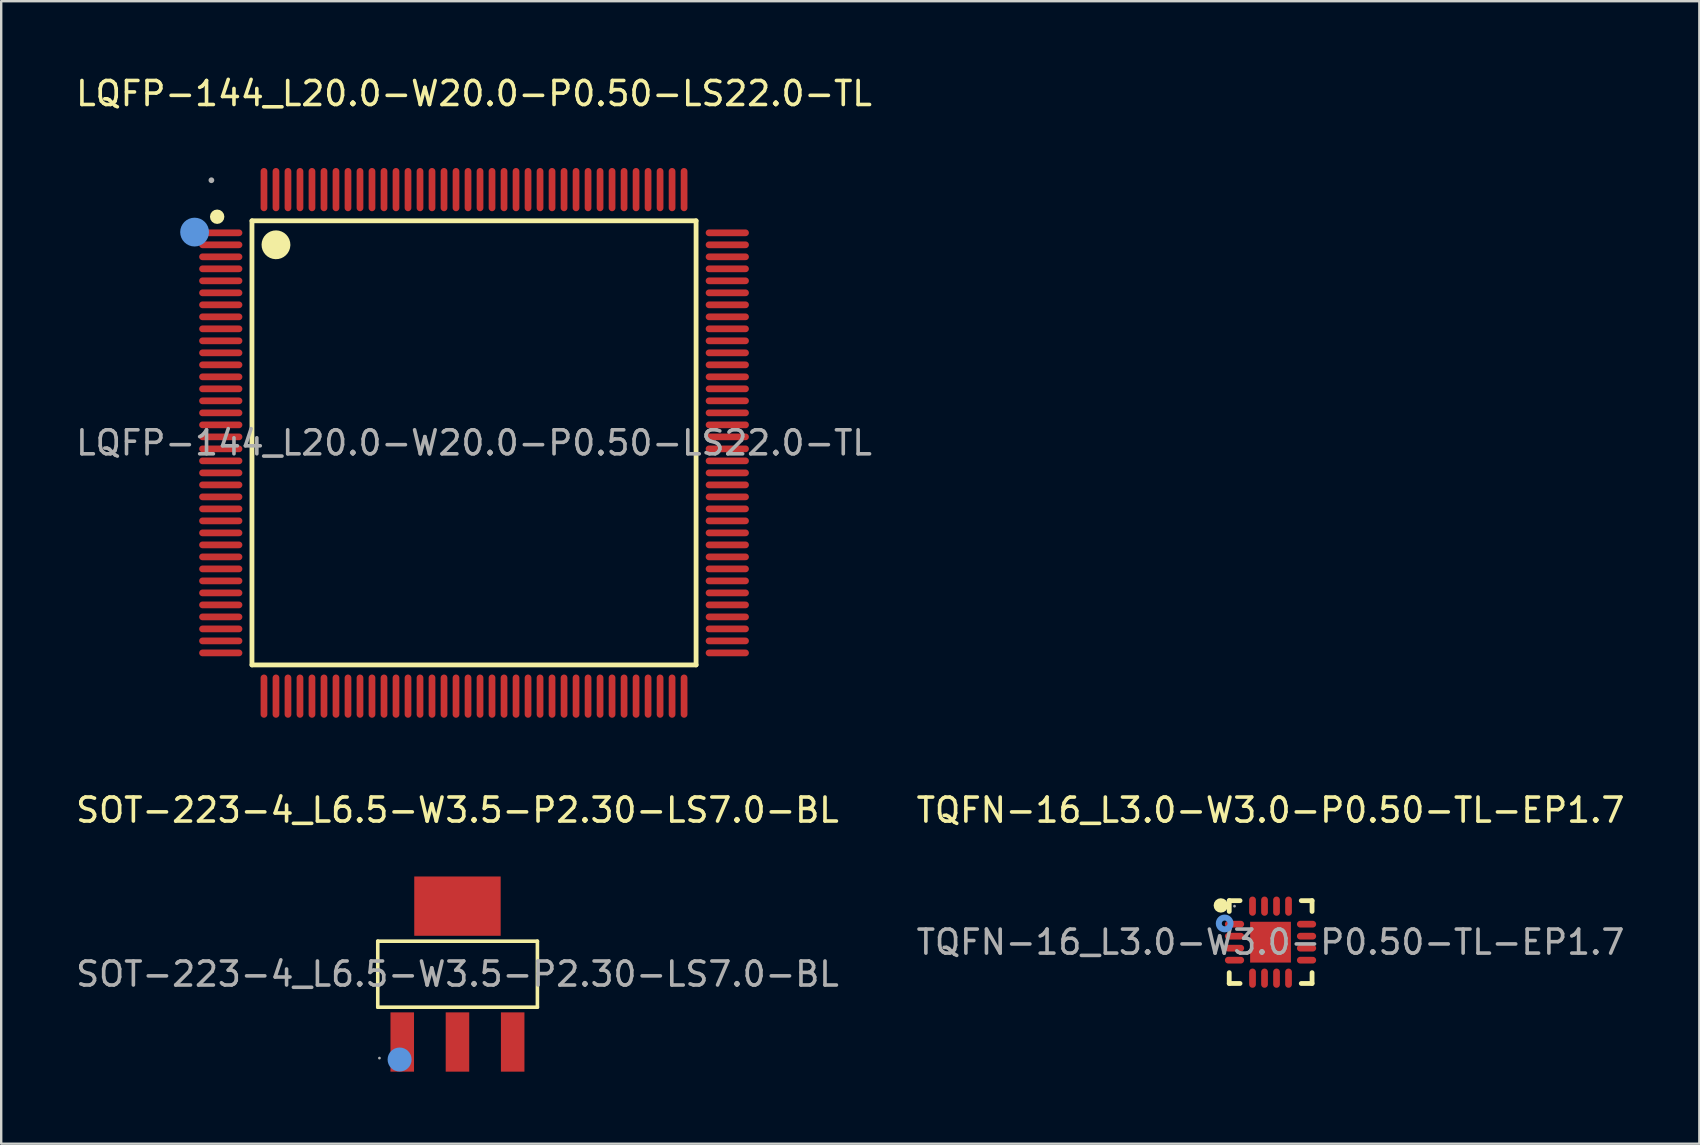
<source format=kicad_pcb>
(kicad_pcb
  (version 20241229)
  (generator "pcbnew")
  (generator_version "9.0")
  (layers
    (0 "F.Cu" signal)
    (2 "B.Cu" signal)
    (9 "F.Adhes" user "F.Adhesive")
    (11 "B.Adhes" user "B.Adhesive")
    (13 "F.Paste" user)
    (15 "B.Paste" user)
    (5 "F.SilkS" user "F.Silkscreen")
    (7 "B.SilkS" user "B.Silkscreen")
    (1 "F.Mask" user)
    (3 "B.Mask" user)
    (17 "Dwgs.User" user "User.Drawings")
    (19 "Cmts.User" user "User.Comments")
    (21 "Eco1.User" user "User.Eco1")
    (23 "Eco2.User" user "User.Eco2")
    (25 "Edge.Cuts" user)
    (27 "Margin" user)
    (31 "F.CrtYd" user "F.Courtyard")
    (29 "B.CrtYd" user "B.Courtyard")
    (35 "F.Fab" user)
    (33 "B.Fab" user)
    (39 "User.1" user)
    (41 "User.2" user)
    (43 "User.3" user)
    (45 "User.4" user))
  (footprint "LQFP-144_L20.0-W20.0-P0.50-LS22.0-TL"
    (layer "F.Cu")
    (at 16.696 15.398)
    (property "Reference" "LQFP-144_L20.0-W20.0-P0.50-LS22.0-TL" (at 0 -14.55 0) (layer "F.SilkS") (effects (font (size 1 1) (thickness 0.15))))
    (attr smd)
    (fp_line (start -9.25 -9.25) (end 9.25 -9.25) (stroke (width 0.2) (type solid)) (layer "F.SilkS"))
    (fp_line (start -9.25 9.25) (end -9.25 -9.25) (stroke (width 0.2) (type solid)) (layer "F.SilkS"))
    (fp_line (start 9.25 -9.25) (end 9.25 9.25) (stroke (width 0.2) (type solid)) (layer "F.SilkS"))
    (fp_line (start 9.25 9.25) (end -9.25 9.25) (stroke (width 0.2) (type solid)) (layer "F.SilkS"))
    (fp_arc (start -10.7 -9.42) (mid -10.7 -9.42) (end -10.7 -9.42) (stroke (width 0.3) (type solid)) (layer "F.SilkS"))
    (fp_arc (start -7.95 -8.24) (mid -8.550125 -8.254999) (end -7.949833 -8.250004) (stroke (width 0.6) (type solid)) (layer "F.SilkS"))
    (fp_circle (center -11.64 -8.78) (end -11.34 -8.78) (stroke (width 0.6) (type solid)) (fill no) (layer "Cmts.User"))
    (fp_circle (center -10.94 -10.94) (end -10.88 -10.94) (stroke (width 0.12) (type solid)) (fill no) (layer "F.Fab"))
    (fp_text user "${REFERENCE}" (at 0 0 0) (layer "F.Fab") (effects (font (size 1 1) (thickness 0.15))))
    (pad "1" smd oval (at -10.55 -8.75 90) (size 0.28 1.8) (layers "F.Cu" "F.Mask" "F.Paste"))
    (pad "2" smd oval (at -10.55 -8.25 90) (size 0.28 1.8) (layers "F.Cu" "F.Mask" "F.Paste"))
    (pad "3" smd oval (at -10.55 -7.75 90) (size 0.28 1.8) (layers "F.Cu" "F.Mask" "F.Paste"))
    (pad "4" smd oval (at -10.55 -7.25 90) (size 0.28 1.8) (layers "F.Cu" "F.Mask" "F.Paste"))
    (pad "5" smd oval (at -10.55 -6.75 90) (size 0.28 1.8) (layers "F.Cu" "F.Mask" "F.Paste"))
    (pad "6" smd oval (at -10.55 -6.25 90) (size 0.28 1.8) (layers "F.Cu" "F.Mask" "F.Paste"))
    (pad "7" smd oval (at -10.55 -5.75 90) (size 0.28 1.8) (layers "F.Cu" "F.Mask" "F.Paste"))
    (pad "8" smd oval (at -10.55 -5.25 90) (size 0.28 1.8) (layers "F.Cu" "F.Mask" "F.Paste"))
    (pad "9" smd oval (at -10.55 -4.75 90) (size 0.28 1.8) (layers "F.Cu" "F.Mask" "F.Paste"))
    (pad "10" smd oval (at -10.55 -4.25 90) (size 0.28 1.8) (layers "F.Cu" "F.Mask" "F.Paste"))
    (pad "11" smd oval (at -10.55 -3.75 90) (size 0.28 1.8) (layers "F.Cu" "F.Mask" "F.Paste"))
    (pad "12" smd oval (at -10.55 -3.25 90) (size 0.28 1.8) (layers "F.Cu" "F.Mask" "F.Paste"))
    (pad "13" smd oval (at -10.55 -2.75 90) (size 0.28 1.8) (layers "F.Cu" "F.Mask" "F.Paste"))
    (pad "14" smd oval (at -10.55 -2.25 90) (size 0.28 1.8) (layers "F.Cu" "F.Mask" "F.Paste"))
    (pad "15" smd oval (at -10.55 -1.75 90) (size 0.28 1.8) (layers "F.Cu" "F.Mask" "F.Paste"))
    (pad "16" smd oval (at -10.55 -1.25 90) (size 0.28 1.8) (layers "F.Cu" "F.Mask" "F.Paste"))
    (pad "17" smd oval (at -10.55 -0.75 90) (size 0.28 1.8) (layers "F.Cu" "F.Mask" "F.Paste"))
    (pad "18" smd oval (at -10.55 -0.25 90) (size 0.28 1.8) (layers "F.Cu" "F.Mask" "F.Paste"))
    (pad "19" smd oval (at -10.55 0.25 90) (size 0.28 1.8) (layers "F.Cu" "F.Mask" "F.Paste"))
    (pad "20" smd oval (at -10.55 0.75 90) (size 0.28 1.8) (layers "F.Cu" "F.Mask" "F.Paste"))
    (pad "21" smd oval (at -10.55 1.25 90) (size 0.28 1.8) (layers "F.Cu" "F.Mask" "F.Paste"))
    (pad "22" smd oval (at -10.55 1.75 90) (size 0.28 1.8) (layers "F.Cu" "F.Mask" "F.Paste"))
    (pad "23" smd oval (at -10.55 2.25 90) (size 0.28 1.8) (layers "F.Cu" "F.Mask" "F.Paste"))
    (pad "24" smd oval (at -10.55 2.75 90) (size 0.28 1.8) (layers "F.Cu" "F.Mask" "F.Paste"))
    (pad "25" smd oval (at -10.55 3.25 90) (size 0.28 1.8) (layers "F.Cu" "F.Mask" "F.Paste"))
    (pad "26" smd oval (at -10.55 3.75 90) (size 0.28 1.8) (layers "F.Cu" "F.Mask" "F.Paste"))
    (pad "27" smd oval (at -10.55 4.25 90) (size 0.28 1.8) (layers "F.Cu" "F.Mask" "F.Paste"))
    (pad "28" smd oval (at -10.55 4.75 90) (size 0.28 1.8) (layers "F.Cu" "F.Mask" "F.Paste"))
    (pad "29" smd oval (at -10.55 5.25 90) (size 0.28 1.8) (layers "F.Cu" "F.Mask" "F.Paste"))
    (pad "30" smd oval (at -10.55 5.75 90) (size 0.28 1.8) (layers "F.Cu" "F.Mask" "F.Paste"))
    (pad "31" smd oval (at -10.55 6.25 90) (size 0.28 1.8) (layers "F.Cu" "F.Mask" "F.Paste"))
    (pad "32" smd oval (at -10.55 6.75 90) (size 0.28 1.8) (layers "F.Cu" "F.Mask" "F.Paste"))
    (pad "33" smd oval (at -10.55 7.25 90) (size 0.28 1.8) (layers "F.Cu" "F.Mask" "F.Paste"))
    (pad "34" smd oval (at -10.55 7.75 90) (size 0.28 1.8) (layers "F.Cu" "F.Mask" "F.Paste"))
    (pad "35" smd oval (at -10.55 8.25 90) (size 0.28 1.8) (layers "F.Cu" "F.Mask" "F.Paste"))
    (pad "36" smd oval (at -10.55 8.75 90) (size 0.28 1.8) (layers "F.Cu" "F.Mask" "F.Paste"))
    (pad "37" smd oval (at -8.75 10.55) (size 0.28 1.8) (layers "F.Cu" "F.Mask" "F.Paste"))
    (pad "38" smd oval (at -8.25 10.55) (size 0.28 1.8) (layers "F.Cu" "F.Mask" "F.Paste"))
    (pad "39" smd oval (at -7.75 10.55) (size 0.28 1.8) (layers "F.Cu" "F.Mask" "F.Paste"))
    (pad "40" smd oval (at -7.25 10.55) (size 0.28 1.8) (layers "F.Cu" "F.Mask" "F.Paste"))
    (pad "41" smd oval (at -6.75 10.55) (size 0.28 1.8) (layers "F.Cu" "F.Mask" "F.Paste"))
    (pad "42" smd oval (at -6.25 10.55) (size 0.28 1.8) (layers "F.Cu" "F.Mask" "F.Paste"))
    (pad "43" smd oval (at -5.75 10.55) (size 0.28 1.8) (layers "F.Cu" "F.Mask" "F.Paste"))
    (pad "44" smd oval (at -5.25 10.55) (size 0.28 1.8) (layers "F.Cu" "F.Mask" "F.Paste"))
    (pad "45" smd oval (at -4.75 10.55) (size 0.28 1.8) (layers "F.Cu" "F.Mask" "F.Paste"))
    (pad "46" smd oval (at -4.25 10.55) (size 0.28 1.8) (layers "F.Cu" "F.Mask" "F.Paste"))
    (pad "47" smd oval (at -3.75 10.55) (size 0.28 1.8) (layers "F.Cu" "F.Mask" "F.Paste"))
    (pad "48" smd oval (at -3.25 10.55) (size 0.28 1.8) (layers "F.Cu" "F.Mask" "F.Paste"))
    (pad "49" smd oval (at -2.75 10.55) (size 0.28 1.8) (layers "F.Cu" "F.Mask" "F.Paste"))
    (pad "50" smd oval (at -2.25 10.55) (size 0.28 1.8) (layers "F.Cu" "F.Mask" "F.Paste"))
    (pad "51" smd oval (at -1.75 10.55) (size 0.28 1.8) (layers "F.Cu" "F.Mask" "F.Paste"))
    (pad "52" smd oval (at -1.25 10.55) (size 0.28 1.8) (layers "F.Cu" "F.Mask" "F.Paste"))
    (pad "53" smd oval (at -0.75 10.55) (size 0.28 1.8) (layers "F.Cu" "F.Mask" "F.Paste"))
    (pad "54" smd oval (at -0.25 10.55) (size 0.28 1.8) (layers "F.Cu" "F.Mask" "F.Paste"))
    (pad "55" smd oval (at 0.25 10.55) (size 0.28 1.8) (layers "F.Cu" "F.Mask" "F.Paste"))
    (pad "56" smd oval (at 0.75 10.55) (size 0.28 1.8) (layers "F.Cu" "F.Mask" "F.Paste"))
    (pad "57" smd oval (at 1.25 10.55) (size 0.28 1.8) (layers "F.Cu" "F.Mask" "F.Paste"))
    (pad "58" smd oval (at 1.75 10.55) (size 0.28 1.8) (layers "F.Cu" "F.Mask" "F.Paste"))
    (pad "59" smd oval (at 2.25 10.55) (size 0.28 1.8) (layers "F.Cu" "F.Mask" "F.Paste"))
    (pad "60" smd oval (at 2.75 10.55) (size 0.28 1.8) (layers "F.Cu" "F.Mask" "F.Paste"))
    (pad "61" smd oval (at 3.25 10.55) (size 0.28 1.8) (layers "F.Cu" "F.Mask" "F.Paste"))
    (pad "62" smd oval (at 3.75 10.55) (size 0.28 1.8) (layers "F.Cu" "F.Mask" "F.Paste"))
    (pad "63" smd oval (at 4.25 10.55) (size 0.28 1.8) (layers "F.Cu" "F.Mask" "F.Paste"))
    (pad "64" smd oval (at 4.75 10.55) (size 0.28 1.8) (layers "F.Cu" "F.Mask" "F.Paste"))
    (pad "65" smd oval (at 5.25 10.55) (size 0.28 1.8) (layers "F.Cu" "F.Mask" "F.Paste"))
    (pad "66" smd oval (at 5.75 10.55) (size 0.28 1.8) (layers "F.Cu" "F.Mask" "F.Paste"))
    (pad "67" smd oval (at 6.25 10.55) (size 0.28 1.8) (layers "F.Cu" "F.Mask" "F.Paste"))
    (pad "68" smd oval (at 6.75 10.55) (size 0.28 1.8) (layers "F.Cu" "F.Mask" "F.Paste"))
    (pad "69" smd oval (at 7.25 10.55) (size 0.28 1.8) (layers "F.Cu" "F.Mask" "F.Paste"))
    (pad "70" smd oval (at 7.75 10.55) (size 0.28 1.8) (layers "F.Cu" "F.Mask" "F.Paste"))
    (pad "71" smd oval (at 8.25 10.55) (size 0.28 1.8) (layers "F.Cu" "F.Mask" "F.Paste"))
    (pad "72" smd oval (at 8.75 10.55) (size 0.28 1.8) (layers "F.Cu" "F.Mask" "F.Paste"))
    (pad "73" smd oval (at 10.55 8.75 90) (size 0.28 1.8) (layers "F.Cu" "F.Mask" "F.Paste"))
    (pad "74" smd oval (at 10.55 8.25 90) (size 0.28 1.8) (layers "F.Cu" "F.Mask" "F.Paste"))
    (pad "75" smd oval (at 10.55 7.75 90) (size 0.28 1.8) (layers "F.Cu" "F.Mask" "F.Paste"))
    (pad "76" smd oval (at 10.55 7.25 90) (size 0.28 1.8) (layers "F.Cu" "F.Mask" "F.Paste"))
    (pad "77" smd oval (at 10.55 6.75 90) (size 0.28 1.8) (layers "F.Cu" "F.Mask" "F.Paste"))
    (pad "78" smd oval (at 10.55 6.25 90) (size 0.28 1.8) (layers "F.Cu" "F.Mask" "F.Paste"))
    (pad "79" smd oval (at 10.55 5.75 90) (size 0.28 1.8) (layers "F.Cu" "F.Mask" "F.Paste"))
    (pad "80" smd oval (at 10.55 5.25 90) (size 0.28 1.8) (layers "F.Cu" "F.Mask" "F.Paste"))
    (pad "81" smd oval (at 10.55 4.75 90) (size 0.28 1.8) (layers "F.Cu" "F.Mask" "F.Paste"))
    (pad "82" smd oval (at 10.55 4.25 90) (size 0.28 1.8) (layers "F.Cu" "F.Mask" "F.Paste"))
    (pad "83" smd oval (at 10.55 3.75 90) (size 0.28 1.8) (layers "F.Cu" "F.Mask" "F.Paste"))
    (pad "84" smd oval (at 10.55 3.25 90) (size 0.28 1.8) (layers "F.Cu" "F.Mask" "F.Paste"))
    (pad "85" smd oval (at 10.55 2.75 90) (size 0.28 1.8) (layers "F.Cu" "F.Mask" "F.Paste"))
    (pad "86" smd oval (at 10.55 2.25 90) (size 0.28 1.8) (layers "F.Cu" "F.Mask" "F.Paste"))
    (pad "87" smd oval (at 10.55 1.75 90) (size 0.28 1.8) (layers "F.Cu" "F.Mask" "F.Paste"))
    (pad "88" smd oval (at 10.55 1.25 90) (size 0.28 1.8) (layers "F.Cu" "F.Mask" "F.Paste"))
    (pad "89" smd oval (at 10.55 0.75 90) (size 0.28 1.8) (layers "F.Cu" "F.Mask" "F.Paste"))
    (pad "90" smd oval (at 10.55 0.25 90) (size 0.28 1.8) (layers "F.Cu" "F.Mask" "F.Paste"))
    (pad "91" smd oval (at 10.55 -0.25 90) (size 0.28 1.8) (layers "F.Cu" "F.Mask" "F.Paste"))
    (pad "92" smd oval (at 10.55 -0.75 90) (size 0.28 1.8) (layers "F.Cu" "F.Mask" "F.Paste"))
    (pad "93" smd oval (at 10.55 -1.25 90) (size 0.28 1.8) (layers "F.Cu" "F.Mask" "F.Paste"))
    (pad "94" smd oval (at 10.55 -1.75 90) (size 0.28 1.8) (layers "F.Cu" "F.Mask" "F.Paste"))
    (pad "95" smd oval (at 10.55 -2.25 90) (size 0.28 1.8) (layers "F.Cu" "F.Mask" "F.Paste"))
    (pad "96" smd oval (at 10.55 -2.75 90) (size 0.28 1.8) (layers "F.Cu" "F.Mask" "F.Paste"))
    (pad "97" smd oval (at 10.55 -3.25 90) (size 0.28 1.8) (layers "F.Cu" "F.Mask" "F.Paste"))
    (pad "98" smd oval (at 10.55 -3.75 90) (size 0.28 1.8) (layers "F.Cu" "F.Mask" "F.Paste"))
    (pad "99" smd oval (at 10.55 -4.25 90) (size 0.28 1.8) (layers "F.Cu" "F.Mask" "F.Paste"))
    (pad "100" smd oval (at 10.55 -4.75 90) (size 0.28 1.8) (layers "F.Cu" "F.Mask" "F.Paste"))
    (pad "101" smd oval (at 10.55 -5.25 90) (size 0.28 1.8) (layers "F.Cu" "F.Mask" "F.Paste"))
    (pad "102" smd oval (at 10.55 -5.75 90) (size 0.28 1.8) (layers "F.Cu" "F.Mask" "F.Paste"))
    (pad "103" smd oval (at 10.55 -6.25 90) (size 0.28 1.8) (layers "F.Cu" "F.Mask" "F.Paste"))
    (pad "104" smd oval (at 10.55 -6.75 90) (size 0.28 1.8) (layers "F.Cu" "F.Mask" "F.Paste"))
    (pad "105" smd oval (at 10.55 -7.25 90) (size 0.28 1.8) (layers "F.Cu" "F.Mask" "F.Paste"))
    (pad "106" smd oval (at 10.55 -7.75 90) (size 0.28 1.8) (layers "F.Cu" "F.Mask" "F.Paste"))
    (pad "107" smd oval (at 10.55 -8.25 90) (size 0.28 1.8) (layers "F.Cu" "F.Mask" "F.Paste"))
    (pad "108" smd oval (at 10.55 -8.75 90) (size 0.28 1.8) (layers "F.Cu" "F.Mask" "F.Paste"))
    (pad "109" smd oval (at 8.75 -10.55) (size 0.28 1.8) (layers "F.Cu" "F.Mask" "F.Paste"))
    (pad "110" smd oval (at 8.25 -10.55) (size 0.28 1.8) (layers "F.Cu" "F.Mask" "F.Paste"))
    (pad "111" smd oval (at 7.75 -10.55) (size 0.28 1.8) (layers "F.Cu" "F.Mask" "F.Paste"))
    (pad "112" smd oval (at 7.25 -10.55) (size 0.28 1.8) (layers "F.Cu" "F.Mask" "F.Paste"))
    (pad "113" smd oval (at 6.75 -10.55) (size 0.28 1.8) (layers "F.Cu" "F.Mask" "F.Paste"))
    (pad "114" smd oval (at 6.25 -10.55) (size 0.28 1.8) (layers "F.Cu" "F.Mask" "F.Paste"))
    (pad "115" smd oval (at 5.75 -10.55) (size 0.28 1.8) (layers "F.Cu" "F.Mask" "F.Paste"))
    (pad "116" smd oval (at 5.25 -10.55) (size 0.28 1.8) (layers "F.Cu" "F.Mask" "F.Paste"))
    (pad "117" smd oval (at 4.75 -10.55) (size 0.28 1.8) (layers "F.Cu" "F.Mask" "F.Paste"))
    (pad "118" smd oval (at 4.25 -10.55) (size 0.28 1.8) (layers "F.Cu" "F.Mask" "F.Paste"))
    (pad "119" smd oval (at 3.75 -10.55) (size 0.28 1.8) (layers "F.Cu" "F.Mask" "F.Paste"))
    (pad "120" smd oval (at 3.25 -10.55) (size 0.28 1.8) (layers "F.Cu" "F.Mask" "F.Paste"))
    (pad "121" smd oval (at 2.75 -10.55) (size 0.28 1.8) (layers "F.Cu" "F.Mask" "F.Paste"))
    (pad "122" smd oval (at 2.25 -10.55) (size 0.28 1.8) (layers "F.Cu" "F.Mask" "F.Paste"))
    (pad "123" smd oval (at 1.75 -10.55) (size 0.28 1.8) (layers "F.Cu" "F.Mask" "F.Paste"))
    (pad "124" smd oval (at 1.25 -10.55) (size 0.28 1.8) (layers "F.Cu" "F.Mask" "F.Paste"))
    (pad "125" smd oval (at 0.75 -10.55) (size 0.28 1.8) (layers "F.Cu" "F.Mask" "F.Paste"))
    (pad "126" smd oval (at 0.25 -10.55) (size 0.28 1.8) (layers "F.Cu" "F.Mask" "F.Paste"))
    (pad "127" smd oval (at -0.25 -10.55) (size 0.28 1.8) (layers "F.Cu" "F.Mask" "F.Paste"))
    (pad "128" smd oval (at -0.75 -10.55) (size 0.28 1.8) (layers "F.Cu" "F.Mask" "F.Paste"))
    (pad "129" smd oval (at -1.25 -10.55) (size 0.28 1.8) (layers "F.Cu" "F.Mask" "F.Paste"))
    (pad "130" smd oval (at -1.75 -10.55) (size 0.28 1.8) (layers "F.Cu" "F.Mask" "F.Paste"))
    (pad "131" smd oval (at -2.25 -10.55) (size 0.28 1.8) (layers "F.Cu" "F.Mask" "F.Paste"))
    (pad "132" smd oval (at -2.75 -10.55) (size 0.28 1.8) (layers "F.Cu" "F.Mask" "F.Paste"))
    (pad "133" smd oval (at -3.25 -10.55) (size 0.28 1.8) (layers "F.Cu" "F.Mask" "F.Paste"))
    (pad "134" smd oval (at -3.75 -10.55) (size 0.28 1.8) (layers "F.Cu" "F.Mask" "F.Paste"))
    (pad "135" smd oval (at -4.25 -10.55) (size 0.28 1.8) (layers "F.Cu" "F.Mask" "F.Paste"))
    (pad "136" smd oval (at -4.75 -10.55) (size 0.28 1.8) (layers "F.Cu" "F.Mask" "F.Paste"))
    (pad "137" smd oval (at -5.25 -10.55) (size 0.28 1.8) (layers "F.Cu" "F.Mask" "F.Paste"))
    (pad "138" smd oval (at -5.75 -10.55) (size 0.28 1.8) (layers "F.Cu" "F.Mask" "F.Paste"))
    (pad "139" smd oval (at -6.25 -10.55) (size 0.28 1.8) (layers "F.Cu" "F.Mask" "F.Paste"))
    (pad "140" smd oval (at -6.75 -10.55) (size 0.28 1.8) (layers "F.Cu" "F.Mask" "F.Paste"))
    (pad "141" smd oval (at -7.25 -10.55) (size 0.28 1.8) (layers "F.Cu" "F.Mask" "F.Paste"))
    (pad "142" smd oval (at -7.75 -10.55) (size 0.28 1.8) (layers "F.Cu" "F.Mask" "F.Paste"))
    (pad "143" smd oval (at -8.25 -10.55) (size 0.28 1.8) (layers "F.Cu" "F.Mask" "F.Paste"))
    (pad "144" smd oval (at -8.75 -10.55) (size 0.28 1.8) (layers "F.Cu" "F.Mask" "F.Paste")))
  (footprint "SOT-223-4_L6.5-W3.5-P2.30-LS7.0-BL"
    (layer "F.Cu")
    (at 16.006 37.526)
    (property "Reference" "SOT-223-4_L6.5-W3.5-P2.30-LS7.0-BL" (at 0 -6.83 0) (layer "F.SilkS") (effects (font (size 1 1) (thickness 0.15))))
    (attr smd)
    (fp_line (start -3.32 -1.37) (end 3.33 -1.37) (stroke (width 0.15) (type solid)) (layer "F.SilkS"))
    (fp_line (start -3.32 1.38) (end -3.32 -1.37) (stroke (width 0.15) (type solid)) (layer "F.SilkS"))
    (fp_line (start 3.33 -1.37) (end 3.33 1.38) (stroke (width 0.15) (type solid)) (layer "F.SilkS"))
    (fp_line (start 3.33 1.38) (end -3.32 1.38) (stroke (width 0.15) (type solid)) (layer "F.SilkS"))
    (fp_circle (center -2.41 3.56) (end -2.16 3.56) (stroke (width 0.5) (type solid)) (fill no) (layer "Cmts.User"))
    (fp_circle (center -3.25 3.5) (end -3.22 3.5) (stroke (width 0.06) (type solid)) (fill no) (layer "F.Fab"))
    (fp_text user "${REFERENCE}" (at 0 0 0) (layer "F.Fab") (effects (font (size 1 1) (thickness 0.15))))
    (pad "1" smd rect (at -2.3 2.83 270) (size 2.47 0.98) (layers "F.Cu" "F.Mask" "F.Paste"))
    (pad "2" smd rect (at 0 2.83 270) (size 2.47 0.98) (layers "F.Cu" "F.Mask" "F.Paste"))
    (pad "3" smd rect (at 2.3 2.83 270) (size 2.47 0.98) (layers "F.Cu" "F.Mask" "F.Paste"))
    (pad "4" smd rect (at 0 -2.83 270) (size 2.47 3.6) (layers "F.Cu" "F.Mask" "F.Paste")))
  (footprint "TQFN-16_L3.0-W3.0-P0.50-TL-EP1.7"
    (layer "F.Cu")
    (at 49.875 36.197)
    (property "Reference" "TQFN-16_L3.0-W3.0-P0.50-TL-EP1.7" (at 0 -5.5 0) (layer "F.SilkS") (effects (font (size 1 1) (thickness 0.15))))
    (attr smd)
    (fp_line (start -1.72 -1.73) (end -1.27 -1.73) (stroke (width 0.2) (type solid)) (layer "F.SilkS"))
    (fp_line (start -1.72 -1.28) (end -1.72 -1.73) (stroke (width 0.2) (type solid)) (layer "F.SilkS"))
    (fp_line (start -1.72 1.72) (end -1.72 1.27) (stroke (width 0.2) (type solid)) (layer "F.SilkS"))
    (fp_line (start -1.27 1.72) (end -1.72 1.72) (stroke (width 0.2) (type solid)) (layer "F.SilkS"))
    (fp_line (start 1.28 -1.73) (end 1.73 -1.73) (stroke (width 0.2) (type solid)) (layer "F.SilkS"))
    (fp_line (start 1.28 1.72) (end 1.73 1.72) (stroke (width 0.2) (type solid)) (layer "F.SilkS"))
    (fp_line (start 1.73 -1.73) (end 1.73 -1.28) (stroke (width 0.2) (type solid)) (layer "F.SilkS"))
    (fp_line (start 1.73 1.72) (end 1.73 1.27) (stroke (width 0.2) (type solid)) (layer "F.SilkS"))
    (fp_arc (start -2.07 -1.53) (mid -2.07 -1.53) (end -2.07 -1.53) (stroke (width 0.3) (type solid)) (layer "F.SilkS"))
    (fp_circle (center -1.91 -0.78) (end -1.79 -0.78) (stroke (width 0.25) (type solid)) (fill no) (layer "Cmts.User"))
    (fp_circle (center -1.5 -1.5) (end -1.47 -1.5) (stroke (width 0.06) (type solid)) (fill no) (layer "F.Fab"))
    (fp_text user "${REFERENCE}" (at 0 0 0) (layer "F.Fab") (effects (font (size 1 1) (thickness 0.15))))
    (pad "1" smd oval (at -1.5 -0.75) (size 0.8 0.28) (layers "F.Cu" "F.Mask" "F.Paste"))
    (pad "2" smd oval (at -1.5 -0.25) (size 0.8 0.28) (layers "F.Cu" "F.Mask" "F.Paste"))
    (pad "3" smd oval (at -1.5 0.25) (size 0.8 0.28) (layers "F.Cu" "F.Mask" "F.Paste"))
    (pad "4" smd oval (at -1.5 0.75) (size 0.8 0.28) (layers "F.Cu" "F.Mask" "F.Paste"))
    (pad "5" smd oval (at -0.75 1.5) (size 0.28 0.8) (layers "F.Cu" "F.Mask" "F.Paste"))
    (pad "6" smd oval (at -0.25 1.5) (size 0.28 0.8) (layers "F.Cu" "F.Mask" "F.Paste"))
    (pad "7" smd oval (at 0.25 1.5) (size 0.28 0.8) (layers "F.Cu" "F.Mask" "F.Paste"))
    (pad "8" smd oval (at 0.75 1.5) (size 0.28 0.8) (layers "F.Cu" "F.Mask" "F.Paste"))
    (pad "9" smd oval (at 1.5 0.75) (size 0.8 0.28) (layers "F.Cu" "F.Mask" "F.Paste"))
    (pad "10" smd oval (at 1.5 0.25) (size 0.8 0.28) (layers "F.Cu" "F.Mask" "F.Paste"))
    (pad "11" smd oval (at 1.5 -0.25) (size 0.8 0.28) (layers "F.Cu" "F.Mask" "F.Paste"))
    (pad "12" smd oval (at 1.5 -0.75) (size 0.8 0.28) (layers "F.Cu" "F.Mask" "F.Paste"))
    (pad "13" smd oval (at 0.75 -1.5) (size 0.28 0.8) (layers "F.Cu" "F.Mask" "F.Paste"))
    (pad "14" smd oval (at 0.25 -1.5) (size 0.28 0.8) (layers "F.Cu" "F.Mask" "F.Paste"))
    (pad "15" smd oval (at -0.25 -1.5) (size 0.28 0.8) (layers "F.Cu" "F.Mask" "F.Paste"))
    (pad "16" smd oval (at -0.75 -1.5) (size 0.28 0.8) (layers "F.Cu" "F.Mask" "F.Paste"))
    (pad "17" smd rect (at 0 0) (size 1.7 1.7) (layers "F.Cu" "F.Mask" "F.Paste")))
  (gr_rect
    (start -3 -3)
    (end 67.738 44.592)
    (stroke (width 0.1) (type default))
    (fill no)
    (layer "Edge.Cuts")))
</source>
